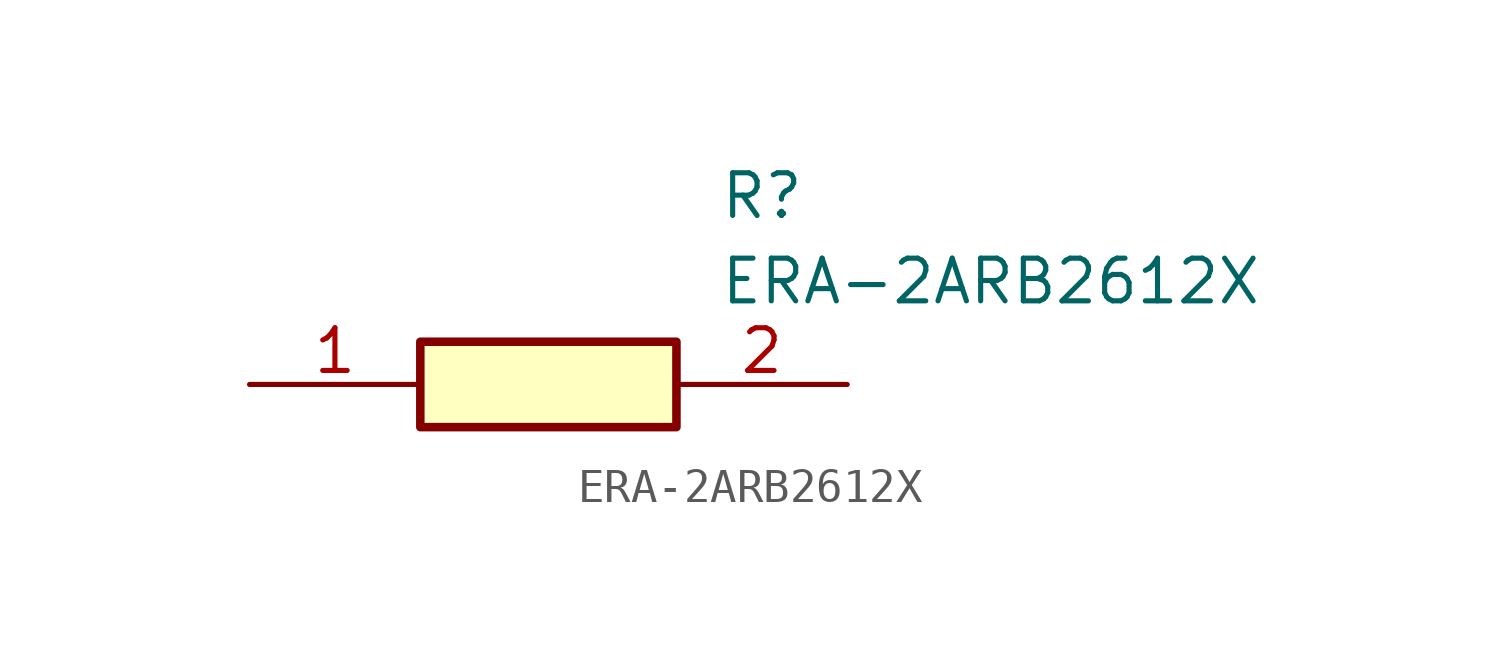
<source format=kicad_sym>
(kicad_symbol_lib
  (version 20211014)
  (generator SamacSys_ECAD_Model)
  (symbol "ERA-2ARB2612X"
    (pin_names hide)
    (property "Reference" "R"
      (at 13.97 6.35 0)
      (effects (font (size 1.27 1.27)) (justify left top)))
    (property "Value" "ERA-2ARB2612X"
      (at 13.97 3.81 0)
      (effects (font (size 1.27 1.27)) (justify left top)))
    (rectangle
      (start 5.08 1.27)
      (end 12.7 -1.27)
      (stroke (width 0.254) (type default))
      (fill (type background)))
    (pin passive line
      (at 0 0 0)
      (length 5.08)
      (name "1" (effects (font (size 1.27 1.27))))
      (number "1" (effects (font (size 1.27 1.27)))))
    (pin passive line
      (at 17.78 0 180)
      (length 5.08)
      (name "2" (effects (font (size 1.27 1.27))))
      (number "2" (effects (font (size 1.27 1.27)))))))
</source>
